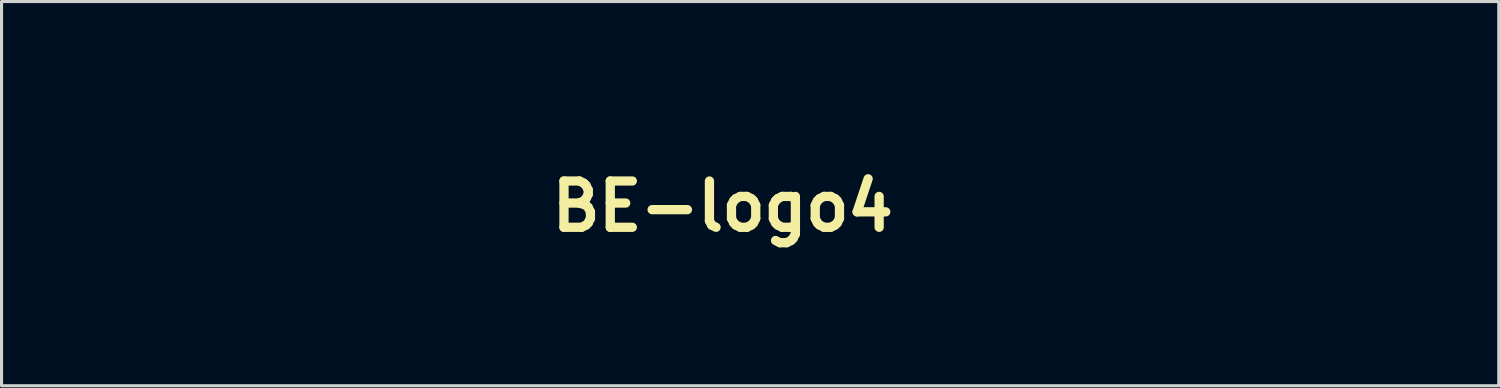
<source format=kicad_pcb>
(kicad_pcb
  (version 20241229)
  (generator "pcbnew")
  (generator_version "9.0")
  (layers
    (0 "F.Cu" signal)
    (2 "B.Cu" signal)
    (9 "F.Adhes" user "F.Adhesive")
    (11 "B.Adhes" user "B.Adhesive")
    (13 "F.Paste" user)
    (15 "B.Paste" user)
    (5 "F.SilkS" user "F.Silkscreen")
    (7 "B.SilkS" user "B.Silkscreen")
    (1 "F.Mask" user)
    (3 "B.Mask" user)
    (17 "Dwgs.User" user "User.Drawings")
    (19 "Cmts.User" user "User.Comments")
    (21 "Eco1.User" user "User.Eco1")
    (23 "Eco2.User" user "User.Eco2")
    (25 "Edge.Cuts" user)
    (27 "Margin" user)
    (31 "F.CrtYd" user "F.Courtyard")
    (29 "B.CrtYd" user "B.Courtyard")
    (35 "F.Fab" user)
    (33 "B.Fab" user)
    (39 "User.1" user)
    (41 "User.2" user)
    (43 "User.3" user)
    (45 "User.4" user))
  (footprint "BE-logo4"
    (layer "F.Cu")
    (at 20.372 3.638)
    (property "Reference" "BE-logo4" (at 0 0 0) (layer "F.SilkS") (effects (font (size 1.5 1.5) (thickness 0.3))))
    (attr board_only exclude_from_pos_files exclude_from_bom)
    (fp_poly (pts (xy 9.525 -1.016) (xy 9.525 1.482) (xy 10.795 1.482) (xy 12.065 1.482) (xy 12.065 2.074) (xy 12.065 2.667) (xy 10.033 2.667) (xy 8.001 2.667) (xy 8.001 -0.423) (xy 8.001 -3.514) (xy 8.763 -3.514) (xy 9.525 -3.514)) (stroke (width 0) (type solid)) (fill yes) (layer "F.Mask"))
    (fp_poly (pts (xy -8.33 -3.495) (xy -7.39 -3.471) (xy -6.426 -1.736) (xy -5.462 0) (xy -5.461 -1.757) (xy -5.461 -3.514) (xy -4.741 -3.514) (xy -4.022 -3.514) (xy -4.022 -0.423) (xy -4.022 2.667) (xy -4.775 2.667) (xy -5.528 2.667) (xy -6.701 0.53) (xy -7.874 -1.606) (xy -7.897 0.53) (xy -7.919 2.667) (xy -8.595 2.667) (xy -9.271 2.667) (xy -9.271 -0.426) (xy -9.271 -3.519)) (stroke (width 0) (type solid)) (fill yes) (layer "F.Mask"))
    (fp_poly (pts (xy 17.832 -3.495) (xy 18.772 -3.471) (xy 19.736 -1.736) (xy 20.7 0) (xy 20.701 -1.757) (xy 20.701 -3.514) (xy 21.421 -3.514) (xy 22.14 -3.514) (xy 22.14 -0.423) (xy 22.14 2.667) (xy 21.387 2.667) (xy 20.634 2.667) (xy 19.461 0.53) (xy 18.288 -1.606) (xy 18.265 0.53) (xy 18.243 2.667) (xy 17.567 2.667) (xy 16.891 2.667) (xy 16.891 -0.426) (xy 16.891 -3.519)) (stroke (width 0) (type solid)) (fill yes) (layer "F.Mask"))
    (fp_poly (pts (xy -10.372 -2.921) (xy -10.372 -2.328) (xy -11.684 -2.328) (xy -12.996 -2.328) (xy -12.996 -1.778) (xy -12.996 -1.228) (xy -11.811 -1.228) (xy -10.626 -1.228) (xy -10.626 -0.635) (xy -10.626 -0.042) (xy -11.811 -0.042) (xy -12.996 -0.042) (xy -12.996 0.72) (xy -12.996 1.482) (xy -11.684 1.482) (xy -10.372 1.482) (xy -10.372 2.074) (xy -10.372 2.667) (xy -12.446 2.667) (xy -14.52 2.667) (xy -14.52 -0.423) (xy -14.52 -3.514) (xy -12.446 -3.514) (xy -10.372 -3.514)) (stroke (width 0) (type solid)) (fill yes) (layer "F.Mask"))
    (fp_poly (pts (xy 15.875 -2.963) (xy 15.875 -2.413) (xy 15.409 -2.413) (xy 14.944 -2.413) (xy 14.944 -0.423) (xy 14.944 1.566) (xy 15.409 1.566) (xy 15.875 1.566) (xy 15.875 2.117) (xy 15.875 2.667) (xy 14.224 2.667) (xy 12.573 2.667) (xy 12.573 2.117) (xy 12.573 1.566) (xy 12.996 1.566) (xy 13.42 1.566) (xy 13.42 -0.423) (xy 13.42 -2.413) (xy 12.996 -2.413) (xy 12.573 -2.413) (xy 12.573 -2.963) (xy 12.573 -3.514) (xy 14.224 -3.514) (xy 15.875 -3.514)) (stroke (width 0) (type solid)) (fill yes) (layer "F.Mask"))
    (fp_poly (pts (xy 0.21 -1.079) (xy 0.208 -0.363) (xy 0.204 0.206) (xy 0.197 0.647) (xy 0.185 0.982) (xy 0.166 1.231) (xy 0.14 1.415) (xy 0.106 1.557) (xy 0.062 1.675) (xy 0.05 1.703) (xy -0.218 2.097) (xy -0.617 2.415) (xy -1.11 2.632) (xy -1.416 2.691) (xy -1.829 2.727) (xy -2.285 2.74) (xy -2.725 2.727) (xy -3.084 2.687) (xy -3.133 2.678) (xy -3.263 2.643) (xy -3.341 2.582) (xy -3.381 2.456) (xy -3.402 2.225) (xy -3.412 2) (xy -3.437 1.376) (xy -3.2 1.433) (xy -2.745 1.516) (xy -2.316 1.546) (xy -1.966 1.521) (xy -1.817 1.48) (xy -1.657 1.4) (xy -1.534 1.296) (xy -1.445 1.145) (xy -1.383 0.926) (xy -1.343 0.616) (xy -1.322 0.194) (xy -1.313 -0.363) (xy -1.312 -0.758) (xy -1.312 -2.413) (xy -1.99 -2.413) (xy -2.667 -2.413) (xy -2.667 -2.963) (xy -2.667 -3.514) (xy -1.228 -3.514) (xy 0.212 -3.514)) (stroke (width 0) (type solid)) (fill yes) (layer "F.Mask"))
    (fp_poly (pts (xy 4.68 -3.606) (xy 5.176 -3.506) (xy 5.594 -3.32) (xy 5.975 -3.032) (xy 6.184 -2.824) (xy 6.52 -2.409) (xy 6.757 -1.969) (xy 6.919 -1.451) (xy 6.998 -1.035) (xy 7.05 -0.269) (xy 6.967 0.454) (xy 6.758 1.115) (xy 6.433 1.694) (xy 6 2.171) (xy 5.468 2.527) (xy 5.395 2.562) (xy 4.986 2.695) (xy 4.482 2.782) (xy 3.952 2.816) (xy 3.465 2.791) (xy 3.237 2.75) (xy 2.659 2.522) (xy 2.13 2.158) (xy 1.689 1.692) (xy 1.39 1.189) (xy 1.203 0.614) (xy 1.102 -0.042) (xy 1.095 -0.57) (xy 2.684 -0.57) (xy 2.704 -0.041) (xy 2.798 0.465) (xy 2.965 0.914) (xy 3.202 1.276) (xy 3.51 1.517) (xy 3.54 1.532) (xy 3.885 1.615) (xy 4.274 1.603) (xy 4.629 1.502) (xy 4.772 1.419) (xy 4.94 1.246) (xy 5.121 0.99) (xy 5.206 0.84) (xy 5.307 0.623) (xy 5.37 0.413) (xy 5.404 0.16) (xy 5.417 -0.184) (xy 5.419 -0.421) (xy 5.413 -0.837) (xy 5.391 -1.133) (xy 5.344 -1.362) (xy 5.263 -1.574) (xy 5.207 -1.689) (xy 4.966 -2.076) (xy 4.692 -2.317) (xy 4.352 -2.434) (xy 4.064 -2.455) (xy 3.688 -2.421) (xy 3.414 -2.31) (xy 3.372 -2.282) (xy 3.082 -1.979) (xy 2.872 -1.571) (xy 2.739 -1.091) (xy 2.684 -0.57) (xy 1.095 -0.57) (xy 1.093 -0.708) (xy 1.133 -1.067) (xy 1.262 -1.657) (xy 1.446 -2.134) (xy 1.711 -2.552) (xy 1.944 -2.824) (xy 2.322 -3.175) (xy 2.715 -3.415) (xy 3.163 -3.56) (xy 3.707 -3.627) (xy 4.064 -3.636)) (stroke (width 0) (type solid)) (fill yes) (layer "F.Mask"))
    (fp_poly (pts (xy -18.414 -3.508) (xy -17.926 -3.493) (xy -17.503 -3.47) (xy -17.185 -3.441) (xy -17.058 -3.421) (xy -16.587 -3.247) (xy -16.226 -2.965) (xy -15.99 -2.595) (xy -15.895 -2.158) (xy -15.912 -1.875) (xy -16.007 -1.542) (xy -16.17 -1.225) (xy -16.368 -0.975) (xy -16.565 -0.842) (xy -16.669 -0.799) (xy -16.659 -0.749) (xy -16.521 -0.666) (xy -16.421 -0.615) (xy -16.001 -0.355) (xy -15.723 -0.057) (xy -15.557 0.311) (xy -15.531 0.415) (xy -15.487 0.957) (xy -15.602 1.45) (xy -15.87 1.883) (xy -16.285 2.241) (xy -16.506 2.369) (xy -16.68 2.456) (xy -16.832 2.521) (xy -16.991 2.568) (xy -17.185 2.6) (xy -17.444 2.621) (xy -17.794 2.635) (xy -18.265 2.645) (xy -18.684 2.652) (xy -20.362 2.68) (xy -20.362 0.762) (xy -18.838 0.762) (xy -18.838 1.566) (xy -18.309 1.566) (xy -17.86 1.53) (xy -17.509 1.43) (xy -17.484 1.418) (xy -17.226 1.208) (xy -17.092 0.926) (xy -17.081 0.618) (xy -17.193 0.327) (xy -17.428 0.099) (xy -17.486 0.066) (xy -17.679 0.011) (xy -17.973 -0.028) (xy -18.267 -0.041) (xy -18.838 -0.042) (xy -18.838 0.762) (xy -20.362 0.762) (xy -20.362 -0.417) (xy -20.362 -1.736) (xy -18.838 -1.736) (xy -18.838 -1.058) (xy -18.384 -1.058) (xy -18.031 -1.087) (xy -17.781 -1.182) (xy -17.707 -1.234) (xy -17.54 -1.422) (xy -17.486 -1.671) (xy -17.485 -1.721) (xy -17.502 -1.952) (xy -17.541 -2.112) (xy -17.548 -2.125) (xy -17.757 -2.293) (xy -18.097 -2.391) (xy -18.409 -2.413) (xy -18.838 -2.413) (xy -18.838 -1.736) (xy -20.362 -1.736) (xy -20.362 -3.514) (xy -18.927 -3.514)) (stroke (width 0) (type solid)) (fill yes) (layer "F.Mask"))
    (fp_poly (pts (xy 9.52 -1.018) (xy 9.52 1.48) (xy 10.79 1.48) (xy 12.06 1.48) (xy 12.06 2.073) (xy 12.06 2.665) (xy 10.028 2.665) (xy 7.996 2.665) (xy 7.996 -0.425) (xy 7.996 -3.515) (xy 8.758 -3.515) (xy 9.52 -3.515)) (stroke (width 0) (type solid)) (fill yes) (layer "B.Mask"))
    (fp_poly (pts (xy -8.327 -3.491) (xy -7.387 -3.467) (xy -6.423 -1.732) (xy -5.459 0.004) (xy -5.458 -1.753) (xy -5.458 -3.51) (xy -4.738 -3.51) (xy -4.019 -3.51) (xy -4.019 -0.419) (xy -4.019 2.671) (xy -4.772 2.671) (xy -5.525 2.671) (xy -6.698 0.534) (xy -7.871 -1.602) (xy -7.894 0.534) (xy -7.916 2.671) (xy -8.592 2.671) (xy -9.268 2.671) (xy -9.268 -0.422) (xy -9.268 -3.515)) (stroke (width 0) (type solid)) (fill yes) (layer "B.Mask"))
    (fp_poly (pts (xy 17.846 -3.492) (xy 18.786 -3.468) (xy 19.751 -1.733) (xy 20.715 0.003) (xy 20.715 -1.754) (xy 20.715 -3.511) (xy 21.435 -3.511) (xy 22.155 -3.511) (xy 22.155 -0.42) (xy 22.155 2.67) (xy 21.401 2.67) (xy 20.648 2.67) (xy 19.475 0.534) (xy 18.302 -1.603) (xy 18.28 0.534) (xy 18.257 2.67) (xy 17.581 2.67) (xy 16.905 2.67) (xy 16.905 -0.423) (xy 16.905 -3.516)) (stroke (width 0) (type solid)) (fill yes) (layer "B.Mask"))
    (fp_poly (pts (xy -10.371 -2.921) (xy -10.371 -2.328) (xy -11.684 -2.328) (xy -12.996 -2.328) (xy -12.996 -1.778) (xy -12.996 -1.228) (xy -11.811 -1.228) (xy -10.625 -1.228) (xy -10.625 -0.635) (xy -10.625 -0.042) (xy -11.811 -0.042) (xy -12.996 -0.042) (xy -12.996 0.72) (xy -12.996 1.482) (xy -11.684 1.482) (xy -10.371 1.482) (xy -10.371 2.074) (xy -10.371 2.667) (xy -12.446 2.667) (xy -14.52 2.667) (xy -14.52 -0.423) (xy -14.52 -3.514) (xy -12.446 -3.514) (xy -10.371 -3.514)) (stroke (width 0) (type solid)) (fill yes) (layer "B.Mask"))
    (fp_poly (pts (xy 15.875 -2.96) (xy 15.875 -2.409) (xy 15.41 -2.409) (xy 14.944 -2.409) (xy 14.944 -0.42) (xy 14.944 1.57) (xy 15.41 1.57) (xy 15.875 1.57) (xy 15.875 2.12) (xy 15.875 2.671) (xy 14.224 2.671) (xy 12.573 2.671) (xy 12.573 2.12) (xy 12.573 1.57) (xy 12.997 1.57) (xy 13.42 1.57) (xy 13.42 -0.42) (xy 13.42 -2.409) (xy 12.997 -2.409) (xy 12.573 -2.409) (xy 12.573 -2.96) (xy 12.573 -3.51) (xy 14.224 -3.51) (xy 15.875 -3.51)) (stroke (width 0) (type solid)) (fill yes) (layer "B.Mask"))
    (fp_poly (pts (xy 0.216 -1.081) (xy 0.214 -0.364) (xy 0.211 0.205) (xy 0.203 0.646) (xy 0.191 0.98) (xy 0.172 1.23) (xy 0.146 1.414) (xy 0.112 1.555) (xy 0.068 1.674) (xy 0.056 1.702) (xy -0.212 2.095) (xy -0.611 2.414) (xy -1.104 2.63) (xy -1.41 2.69) (xy -1.823 2.726) (xy -2.279 2.739) (xy -2.718 2.726) (xy -3.078 2.686) (xy -3.127 2.676) (xy -3.257 2.642) (xy -3.335 2.581) (xy -3.375 2.454) (xy -3.396 2.224) (xy -3.406 1.998) (xy -3.431 1.374) (xy -3.194 1.432) (xy -2.739 1.515) (xy -2.31 1.545) (xy -1.96 1.52) (xy -1.811 1.479) (xy -1.651 1.399) (xy -1.528 1.295) (xy -1.438 1.144) (xy -1.376 0.925) (xy -1.337 0.615) (xy -1.316 0.192) (xy -1.307 -0.365) (xy -1.306 -0.759) (xy -1.306 -2.414) (xy -1.984 -2.414) (xy -2.661 -2.414) (xy -2.661 -2.965) (xy -2.661 -3.515) (xy -1.222 -3.515) (xy 0.218 -3.515)) (stroke (width 0) (type solid)) (fill yes) (layer "B.Mask"))
    (fp_poly (pts (xy 4.656 -3.608) (xy 5.152 -3.508) (xy 5.57 -3.322) (xy 5.951 -3.034) (xy 6.16 -2.826) (xy 6.496 -2.411) (xy 6.733 -1.971) (xy 6.895 -1.452) (xy 6.974 -1.036) (xy 7.026 -0.271) (xy 6.943 0.452) (xy 6.734 1.113) (xy 6.409 1.692) (xy 5.976 2.169) (xy 5.444 2.525) (xy 5.371 2.56) (xy 4.962 2.693) (xy 4.458 2.78) (xy 3.928 2.814) (xy 3.441 2.789) (xy 3.213 2.748) (xy 2.635 2.52) (xy 2.106 2.156) (xy 1.665 1.69) (xy 1.366 1.187) (xy 1.179 0.612) (xy 1.078 -0.044) (xy 1.071 -0.572) (xy 2.66 -0.572) (xy 2.68 -0.043) (xy 2.774 0.463) (xy 2.941 0.912) (xy 3.178 1.274) (xy 3.486 1.515) (xy 3.516 1.53) (xy 3.861 1.614) (xy 4.25 1.601) (xy 4.605 1.5) (xy 4.748 1.417) (xy 4.916 1.244) (xy 5.097 0.989) (xy 5.182 0.838) (xy 5.283 0.621) (xy 5.346 0.411) (xy 5.38 0.158) (xy 5.393 -0.186) (xy 5.395 -0.423) (xy 5.389 -0.838) (xy 5.367 -1.135) (xy 5.32 -1.364) (xy 5.239 -1.576) (xy 5.183 -1.691) (xy 4.942 -2.078) (xy 4.668 -2.319) (xy 4.328 -2.436) (xy 4.04 -2.457) (xy 3.664 -2.423) (xy 3.39 -2.312) (xy 3.348 -2.284) (xy 3.058 -1.981) (xy 2.848 -1.573) (xy 2.715 -1.093) (xy 2.66 -0.572) (xy 1.071 -0.572) (xy 1.069 -0.71) (xy 1.109 -1.069) (xy 1.238 -1.658) (xy 1.422 -2.136) (xy 1.687 -2.554) (xy 1.92 -2.826) (xy 2.298 -3.177) (xy 2.691 -3.417) (xy 3.139 -3.562) (xy 3.683 -3.629) (xy 4.04 -3.638)) (stroke (width 0) (type solid)) (fill yes) (layer "B.Mask"))
    (fp_poly (pts (xy -18.423 -3.506) (xy -17.935 -3.491) (xy -17.512 -3.467) (xy -17.194 -3.438) (xy -17.067 -3.418) (xy -16.596 -3.245) (xy -16.235 -2.963) (xy -15.999 -2.593) (xy -15.904 -2.156) (xy -15.921 -1.873) (xy -16.016 -1.54) (xy -16.179 -1.223) (xy -16.377 -0.973) (xy -16.575 -0.84) (xy -16.678 -0.797) (xy -16.669 -0.747) (xy -16.53 -0.664) (xy -16.43 -0.612) (xy -16.01 -0.353) (xy -15.732 -0.055) (xy -15.566 0.313) (xy -15.54 0.418) (xy -15.496 0.959) (xy -15.611 1.452) (xy -15.879 1.885) (xy -16.294 2.243) (xy -16.515 2.371) (xy -16.689 2.458) (xy -16.841 2.523) (xy -17 2.57) (xy -17.195 2.602) (xy -17.453 2.623) (xy -17.803 2.637) (xy -18.275 2.647) (xy -18.693 2.654) (xy -20.372 2.682) (xy -20.372 0.764) (xy -18.848 0.764) (xy -18.848 1.568) (xy -18.318 1.568) (xy -17.869 1.533) (xy -17.518 1.432) (xy -17.493 1.42) (xy -17.235 1.21) (xy -17.101 0.929) (xy -17.09 0.62) (xy -17.202 0.329) (xy -17.437 0.101) (xy -17.495 0.068) (xy -17.688 0.013) (xy -17.982 -0.026) (xy -18.276 -0.039) (xy -18.848 -0.04) (xy -18.848 0.764) (xy -20.372 0.764) (xy -20.372 -0.415) (xy -20.372 -1.734) (xy -18.848 -1.734) (xy -18.848 -1.056) (xy -18.393 -1.056) (xy -18.041 -1.085) (xy -17.79 -1.18) (xy -17.716 -1.232) (xy -17.549 -1.42) (xy -17.495 -1.669) (xy -17.494 -1.718) (xy -17.511 -1.95) (xy -17.55 -2.11) (xy -17.558 -2.123) (xy -17.766 -2.291) (xy -18.106 -2.389) (xy -18.419 -2.411) (xy -18.848 -2.411) (xy -18.848 -1.734) (xy -20.372 -1.734) (xy -20.372 -3.512) (xy -18.936 -3.512)) (stroke (width 0) (type solid)) (fill yes) (layer "B.Mask")))
  (gr_rect
    (start -3 -3)
    (end 45.526 9.453)
    (stroke (width 0.1) (type default))
    (fill no)
    (layer "Edge.Cuts")))
</source>
